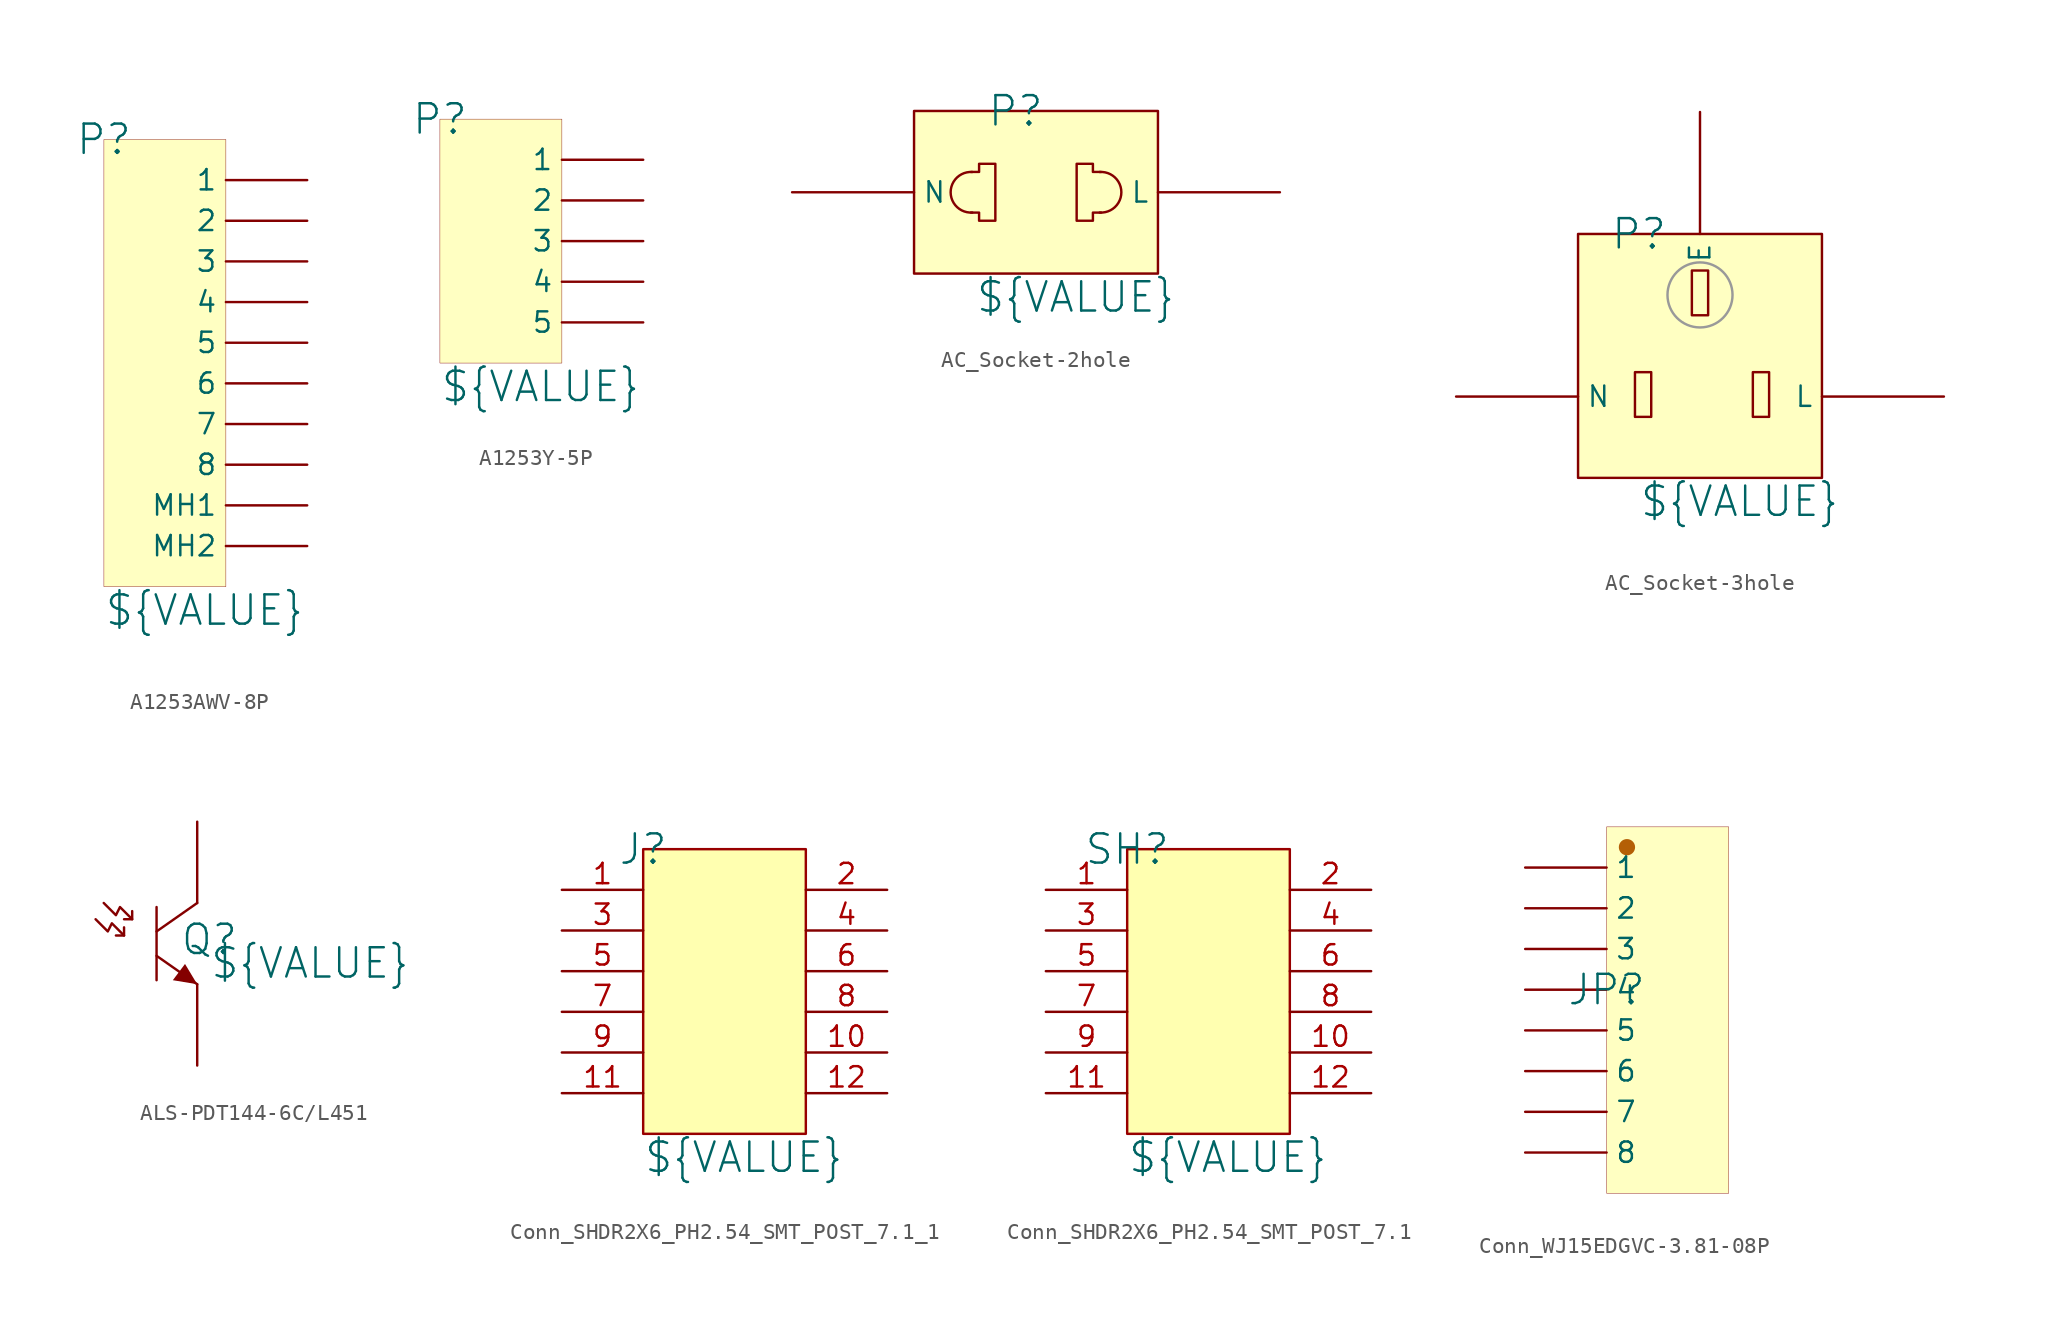
<source format=kicad_sym>
(kicad_symbol_lib
  (version 20241209)
  (generator "kicad_symbol_editor")
  (generator_version "9.0")
  (symbol "A1253AWV-8P"
    (pin_numbers
      (hide yes))
    (property "Reference" "P"
      (at 0 22.86 0)
      (effects (font (size 1.829 1.829))))
    (property "Value" "${VALUE}"
      (at 0 -7.62 0)
      (effects (font (size 1.829 1.829)) (justify left bottom)))
    (symbol "A1253AWV-8P_1_0"
      (rectangle (start 7.62 22.86) (end 0 -5.08) (stroke (width 0.025) (type solid) (color 128 0 0 1)) (fill (type background)))
      (pin passive line (at 12.7 20.32 180) (length 5.08) (name "1" (effects (font (size 1.27 1.27)))) (number "1" (effects (font (size 1.27 1.27)))))
      (pin passive line (at 12.7 17.78 180) (length 5.08) (name "2" (effects (font (size 1.27 1.27)))) (number "2" (effects (font (size 1.27 1.27)))))
      (pin passive line (at 12.7 15.24 180) (length 5.08) (name "3" (effects (font (size 1.27 1.27)))) (number "3" (effects (font (size 1.27 1.27)))))
      (pin passive line (at 12.7 12.7 180) (length 5.08) (name "4" (effects (font (size 1.27 1.27)))) (number "4" (effects (font (size 1.27 1.27)))))
      (pin passive line (at 12.7 10.16 180) (length 5.08) (name "5" (effects (font (size 1.27 1.27)))) (number "5" (effects (font (size 1.27 1.27)))))
      (pin passive line (at 12.7 7.62 180) (length 5.08) (name "6" (effects (font (size 1.27 1.27)))) (number "6" (effects (font (size 1.27 1.27)))))
      (pin passive line (at 12.7 5.08 180) (length 5.08) (name "7" (effects (font (size 1.27 1.27)))) (number "7" (effects (font (size 1.27 1.27)))))
      (pin passive line (at 12.7 2.54 180) (length 5.08) (name "8" (effects (font (size 1.27 1.27)))) (number "8" (effects (font (size 1.27 1.27)))))
      (pin passive line (at 12.7 0 180) (length 5.08) (name "MH1" (effects (font (size 1.27 1.27)))) (number "MH1" (effects (font (size 1.27 1.27)))))
      (pin passive line (at 12.7 -2.54 180) (length 5.08) (name "MH2" (effects (font (size 1.27 1.27)))) (number "MH2" (effects (font (size 1.27 1.27)))))))
  (symbol "A1253Y-5P"
    (pin_numbers
      (hide yes))
    (property "Reference" "P"
      (at 0 0 0)
      (effects (font (size 1.829 1.829))))
    (property "Value" "${VALUE}"
      (at 0 -17.78 0)
      (effects (font (size 1.829 1.829)) (justify left bottom)))
    (symbol "A1253Y-5P_1_0"
      (rectangle (start 7.62 0) (end 0 -15.24) (stroke (width 0.025) (type solid) (color 128 0 0 1)) (fill (type background)))
      (pin passive line (at 12.7 -2.54 180) (length 5.08) (name "1" (effects (font (size 1.27 1.27)))) (number "1" (effects (font (size 1.27 1.27)))))
      (pin passive line (at 12.7 -5.08 180) (length 5.08) (name "2" (effects (font (size 1.27 1.27)))) (number "2" (effects (font (size 1.27 1.27)))))
      (pin passive line (at 12.7 -7.62 180) (length 5.08) (name "3" (effects (font (size 1.27 1.27)))) (number "3" (effects (font (size 1.27 1.27)))))
      (pin passive line (at 12.7 -10.16 180) (length 5.08) (name "4" (effects (font (size 1.27 1.27)))) (number "4" (effects (font (size 1.27 1.27)))))
      (pin passive line (at 12.7 -12.7 180) (length 5.08) (name "5" (effects (font (size 1.27 1.27)))) (number "5" (effects (font (size 1.27 1.27)))))))
  (symbol "AC_Socket-2hole"
    (pin_numbers
      (hide yes))
    (property "Reference" "P"
      (at 6.35 10.16 0)
      (effects (font (size 1.829 1.829))))
    (property "Value" "${VALUE}"
      (at 3.81 -2.54 0)
      (effects (font (size 1.829 1.829)) (justify left bottom)))
    (symbol "AC_Socket-2hole_1_0"
      (rectangle (start 0 10.16) (end 15.24 0) (stroke (width 0) (type solid)) (fill (type background)))
      (arc (start 3.645 3.8131) (mid 2.286 5.0773) (end 3.6397 6.3472) (stroke (width 0) (type solid)) (fill (type none)))
      (polyline (pts (xy 3.556 3.81) (xy 4.064 3.81) (xy 4.064 3.302) (xy 5.08 3.302) (xy 5.08 6.858) (xy 4.064 6.858) (xy 4.064 6.35) (xy 3.556 6.35)) (stroke (width 0) (type solid)) (fill (type none)))
      (polyline (pts (xy 11.684 6.35) (xy 11.176 6.35) (xy 11.176 6.858) (xy 10.16 6.858) (xy 10.16 3.302) (xy 11.176 3.302) (xy 11.176 3.81) (xy 11.684 3.81)) (stroke (width 0) (type solid)) (fill (type none)))
      (arc (start 11.595 6.3469) (mid 12.954 5.0827) (end 11.6003 3.8128) (stroke (width 0) (type solid)) (fill (type none)))
      (pin passive line (at -7.62 5.08 0) (length 7.62) (name "N" (effects (font (size 1.27 1.27)))) (number "2" (effects (font (size 1.27 1.27)))))
      (pin passive line (at 22.86 5.08 180) (length 7.62) (name "L" (effects (font (size 1.27 1.27)))) (number "1" (effects (font (size 1.27 1.27)))))))
  (symbol "AC_Socket-3hole"
    (pin_numbers
      (hide yes))
    (property "Reference" "P"
      (at 3.81 15.24 0)
      (effects (font (size 1.829 1.829))))
    (property "Value" "${VALUE}"
      (at 3.81 -2.54 0)
      (effects (font (size 1.829 1.829)) (justify left bottom)))
    (symbol "AC_Socket-3hole_1_0"
      (rectangle (start 0 15.24) (end 15.24 0) (stroke (width 0) (type solid)) (fill (type background)))
      (rectangle (start 4.572 6.604) (end 3.556 3.81) (stroke (width 0) (type solid)) (fill (type none)))
      (circle (center 7.62 11.43) (radius 2.032) (stroke (width 0) (type solid) (color 153 153 153 1)) (fill (type none)))
      (rectangle (start 8.128 12.954) (end 7.112 10.16) (stroke (width 0) (type solid)) (fill (type none)))
      (rectangle (start 11.938 6.604) (end 10.922 3.81) (stroke (width 0) (type solid)) (fill (type none)))
      (pin passive line (at -7.62 5.08 0) (length 7.62) (name "N" (effects (font (size 1.27 1.27)))) (number "1" (effects (font (size 1.27 1.27)))))
      (pin passive line (at 7.62 22.86 270) (length 7.62) (name "E" (effects (font (size 1.27 1.27)))) (number "3" (effects (font (size 1.27 1.27)))))
      (pin passive line (at 22.86 5.08 180) (length 7.62) (name "L" (effects (font (size 1.27 1.27)))) (number "2" (effects (font (size 1.27 1.27)))))))
  (symbol "ALS-PDT144-6C/L451"
    (pin_numbers
      (hide yes))
    (pin_names
      (hide yes))
    (property "Reference" "Q"
      (at 3.302 0.254 0)
      (effects (font (size 1.829 1.829))))
    (property "Value" "${VALUE}"
      (at 3.302 -2.286 0)
      (effects (font (size 1.829 1.829)) (justify left bottom)))
    (symbol "ALS-PDT144-6C/L451_1_0"
      (polyline (pts (xy -3.81 1.524) (xy -3.048 0.762) (xy -2.794 1.27) (xy -2.032 0.508)) (stroke (width 0) (type solid)) (fill (type none)))
      (polyline (pts (xy -3.302 2.54) (xy -2.54 1.778) (xy -2.286 2.286) (xy -1.524 1.524)) (stroke (width 0) (type solid)) (fill (type none)))
      (polyline (pts (xy -2.032 1.016) (xy -2.032 0.508) (xy -2.54 0.508)) (stroke (width 0) (type solid)) (fill (type none)))
      (polyline (pts (xy -1.524 2.032) (xy -1.524 1.524) (xy -2.032 1.524)) (stroke (width 0) (type solid)) (fill (type none)))
      (polyline (pts (xy 0 2.286) (xy 0 -2.286)) (stroke (width 0) (type solid)) (fill (type none)))
      (polyline (pts (xy 0 -0.762) (xy 2.54 -2.54)) (stroke (width 0) (type solid)) (fill (type none)))
      (polyline (pts (xy 2.54 2.54) (xy 0 0.762)) (stroke (width 0) (type solid)) (fill (type none)))
      (polyline (pts (xy 2.54 -2.54) (xy 1.778 -1.27) (xy 1.016 -2.286) (xy 2.54 -2.54)) (stroke (width -0.0001) (type solid)) (fill (type outline)))
      (pin passive line (at 2.54 7.62 270) (length 5.08) (name "C" (effects (font (size 1.27 1.27)))) (number "2" (effects (font (size 1.27 1.27)))))
      (pin passive line (at 2.54 -7.62 90) (length 5.08) (name "E" (effects (font (size 1.27 1.27)))) (number "1" (effects (font (size 1.27 1.27)))))))
  (symbol "Conn_SHDR2X6_PH2.54_SMT_POST_7.1_1"
    (pin_names
      (hide yes))
    (property "Reference" "J"
      (at 0 10.16 0)
      (effects (font (size 1.829 1.829))))
    (property "Value" "${VALUE}"
      (at 0 -10.16 0)
      (effects (font (size 1.829 1.829)) (justify left bottom)))
    (symbol "Conn_SHDR2X6_PH2.54_SMT_POST_7.1_1_1_0"
      (rectangle (start 0 10.16) (end 10.16 -7.62) (stroke (width 0) (type solid) (color 152 0 0 1)) (fill (type color) (color 255 255 176 1)))
      (pin passive line (at -5.08 7.62 0) (length 5.08) (name "1" (effects (font (size 1.27 1.27)))) (number "1" (effects (font (size 1.27 1.27)))))
      (pin passive line (at -5.08 5.08 0) (length 5.08) (name "3" (effects (font (size 1.27 1.27)))) (number "3" (effects (font (size 1.27 1.27)))))
      (pin passive line (at -5.08 2.54 0) (length 5.08) (name "5" (effects (font (size 1.27 1.27)))) (number "5" (effects (font (size 1.27 1.27)))))
      (pin passive line (at -5.08 0 0) (length 5.08) (name "7" (effects (font (size 1.27 1.27)))) (number "7" (effects (font (size 1.27 1.27)))))
      (pin passive line (at -5.08 -2.54 0) (length 5.08) (name "9" (effects (font (size 1.27 1.27)))) (number "9" (effects (font (size 1.27 1.27)))))
      (pin passive line (at -5.08 -5.08 0) (length 5.08) (name "11" (effects (font (size 1.27 1.27)))) (number "11" (effects (font (size 1.27 1.27)))))
      (pin passive line (at 15.24 7.62 180) (length 5.08) (name "2" (effects (font (size 1.27 1.27)))) (number "2" (effects (font (size 1.27 1.27)))))
      (pin passive line (at 15.24 5.08 180) (length 5.08) (name "4" (effects (font (size 1.27 1.27)))) (number "4" (effects (font (size 1.27 1.27)))))
      (pin passive line (at 15.24 2.54 180) (length 5.08) (name "6" (effects (font (size 1.27 1.27)))) (number "6" (effects (font (size 1.27 1.27)))))
      (pin passive line (at 15.24 0 180) (length 5.08) (name "8" (effects (font (size 1.27 1.27)))) (number "8" (effects (font (size 1.27 1.27)))))
      (pin passive line (at 15.24 -2.54 180) (length 5.08) (name "10" (effects (font (size 1.27 1.27)))) (number "10" (effects (font (size 1.27 1.27)))))
      (pin passive line (at 15.24 -5.08 180) (length 5.08) (name "12" (effects (font (size 1.27 1.27)))) (number "12" (effects (font (size 1.27 1.27)))))))
  (symbol "Conn_SHDR2X6_PH2.54_SMT_POST_7.1"
    (pin_names
      (hide yes))
    (property "Reference" "SH"
      (at 0 10.16 0)
      (effects (font (size 1.829 1.829))))
    (property "Value" "${VALUE}"
      (at 0 -10.16 0)
      (effects (font (size 1.829 1.829)) (justify left bottom)))
    (symbol "Conn_SHDR2X6_PH2.54_SMT_POST_7.1_1_0"
      (rectangle (start 0 10.16) (end 10.16 -7.62) (stroke (width 0) (type solid) (color 152 0 0 1)) (fill (type color) (color 255 255 176 1)))
      (pin passive line (at -5.08 7.62 0) (length 5.08) (name "1" (effects (font (size 1.27 1.27)))) (number "1" (effects (font (size 1.27 1.27)))))
      (pin passive line (at -5.08 5.08 0) (length 5.08) (name "3" (effects (font (size 1.27 1.27)))) (number "3" (effects (font (size 1.27 1.27)))))
      (pin passive line (at -5.08 2.54 0) (length 5.08) (name "5" (effects (font (size 1.27 1.27)))) (number "5" (effects (font (size 1.27 1.27)))))
      (pin passive line (at -5.08 0 0) (length 5.08) (name "7" (effects (font (size 1.27 1.27)))) (number "7" (effects (font (size 1.27 1.27)))))
      (pin passive line (at -5.08 -2.54 0) (length 5.08) (name "9" (effects (font (size 1.27 1.27)))) (number "9" (effects (font (size 1.27 1.27)))))
      (pin passive line (at -5.08 -5.08 0) (length 5.08) (name "11" (effects (font (size 1.27 1.27)))) (number "11" (effects (font (size 1.27 1.27)))))
      (pin passive line (at 15.24 7.62 180) (length 5.08) (name "2" (effects (font (size 1.27 1.27)))) (number "2" (effects (font (size 1.27 1.27)))))
      (pin passive line (at 15.24 5.08 180) (length 5.08) (name "4" (effects (font (size 1.27 1.27)))) (number "4" (effects (font (size 1.27 1.27)))))
      (pin passive line (at 15.24 2.54 180) (length 5.08) (name "6" (effects (font (size 1.27 1.27)))) (number "6" (effects (font (size 1.27 1.27)))))
      (pin passive line (at 15.24 0 180) (length 5.08) (name "8" (effects (font (size 1.27 1.27)))) (number "8" (effects (font (size 1.27 1.27)))))
      (pin passive line (at 15.24 -2.54 180) (length 5.08) (name "10" (effects (font (size 1.27 1.27)))) (number "10" (effects (font (size 1.27 1.27)))))
      (pin passive line (at 15.24 -5.08 180) (length 5.08) (name "12" (effects (font (size 1.27 1.27)))) (number "12" (effects (font (size 1.27 1.27)))))))
  (symbol "Conn_WJ15EDGVC-3.81-08P"
    (pin_numbers
      (hide yes))
    (property "Reference" "JP"
      (at 0 0 0)
      (effects (font (size 1.829 1.829))))
    (property "Value" "${VALUE}"
      (at 0 -12.7 0)
      (effects (font (size 1.829 1.829)) (justify left bottom) (hide yes)))
    (symbol "Conn_WJ15EDGVC-3.81-08P_1_0"
      (circle (center 1.27 8.89) (radius 0.508) (stroke (width -0.0001) (type solid) (color 180 95 6 1)) (fill (type outline)))
      (rectangle (start 7.62 10.16) (end 0 -12.7) (stroke (width 0.025) (type solid) (color 128 0 0 1)) (fill (type background)))
      (pin passive line (at -5.08 7.62 0) (length 5.08) (name "1" (effects (font (size 1.27 1.27)))) (number "1" (effects (font (size 1.27 1.27)))))
      (pin passive line (at -5.08 5.08 0) (length 5.08) (name "2" (effects (font (size 1.27 1.27)))) (number "2" (effects (font (size 1.27 1.27)))))
      (pin passive line (at -5.08 2.54 0) (length 5.08) (name "3" (effects (font (size 1.27 1.27)))) (number "3" (effects (font (size 1.27 1.27)))))
      (pin passive line (at -5.08 0 0) (length 5.08) (name "4" (effects (font (size 1.27 1.27)))) (number "4" (effects (font (size 1.27 1.27)))))
      (pin passive line (at -5.08 -2.54 0) (length 5.08) (name "5" (effects (font (size 1.27 1.27)))) (number "5" (effects (font (size 1.27 1.27)))))
      (pin passive line (at -5.08 -5.08 0) (length 5.08) (name "6" (effects (font (size 1.27 1.27)))) (number "6" (effects (font (size 1.27 1.27)))))
      (pin passive line (at -5.08 -7.62 0) (length 5.08) (name "7" (effects (font (size 1.27 1.27)))) (number "7" (effects (font (size 1.27 1.27)))))
      (pin passive line (at -5.08 -10.16 0) (length 5.08) (name "8" (effects (font (size 1.27 1.27)))) (number "8" (effects (font (size 1.27 1.27))))))))
</source>
